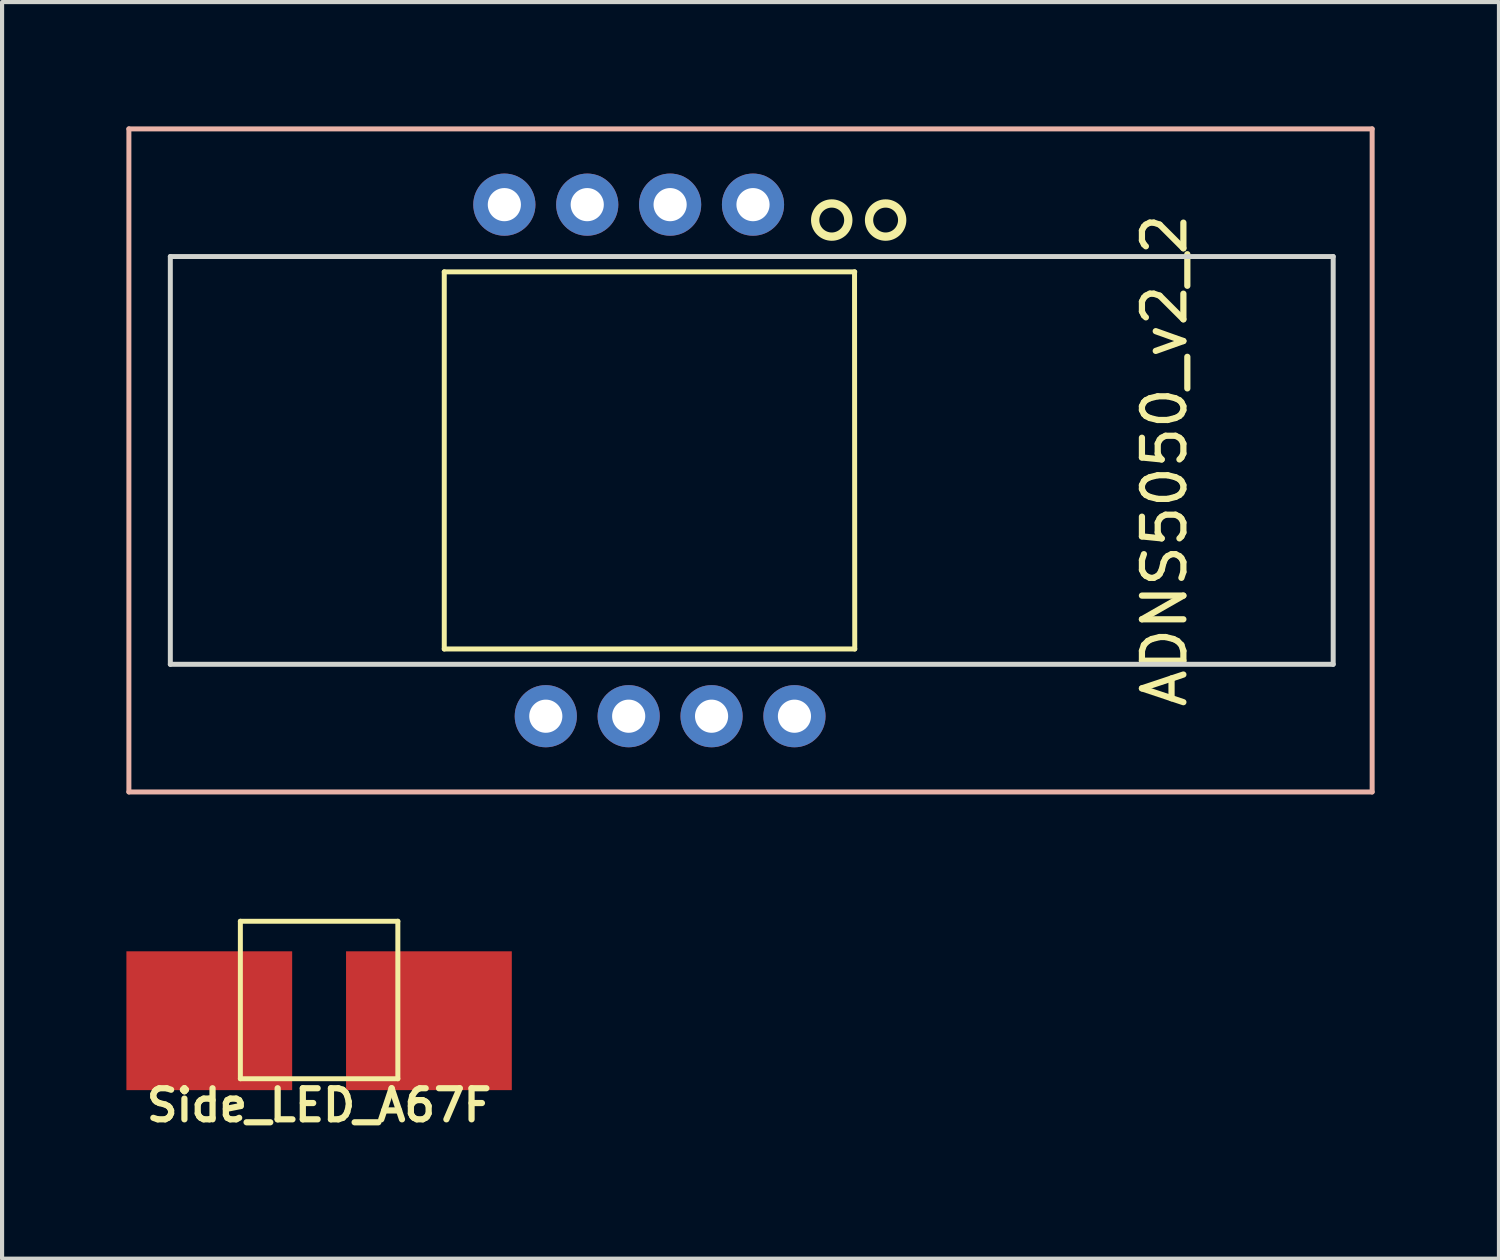
<source format=kicad_pcb>
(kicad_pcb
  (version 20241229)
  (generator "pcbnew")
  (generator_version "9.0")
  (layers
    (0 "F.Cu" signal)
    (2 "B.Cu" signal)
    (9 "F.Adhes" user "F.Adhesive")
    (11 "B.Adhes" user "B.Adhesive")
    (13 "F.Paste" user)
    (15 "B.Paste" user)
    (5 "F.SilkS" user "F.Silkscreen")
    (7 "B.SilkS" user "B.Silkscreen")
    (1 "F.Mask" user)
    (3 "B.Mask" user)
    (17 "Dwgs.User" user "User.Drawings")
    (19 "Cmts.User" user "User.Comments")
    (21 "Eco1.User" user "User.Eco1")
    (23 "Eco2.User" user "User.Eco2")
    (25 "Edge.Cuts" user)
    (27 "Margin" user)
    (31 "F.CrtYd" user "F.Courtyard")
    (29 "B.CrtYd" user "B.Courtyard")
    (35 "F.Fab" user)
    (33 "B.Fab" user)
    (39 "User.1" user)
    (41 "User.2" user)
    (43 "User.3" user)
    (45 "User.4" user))
  (footprint "ADNS5050_v2_2"
    (layer "F.Cu")
    (at 13.12 8.06)
    (property "Reference" "ADNS5050_v2_2" (at 11.93 0 270) (layer "F.SilkS") (effects (font (size 1 1) (thickness 0.15))))
    (attr through_hole)
    (fp_line (start -5.45 -4.55) (end -5.45 4.55) (stroke (width 0.12) (type solid)) (layer "F.SilkS"))
    (fp_line (start 4.45 -4.55) (end 4.455 4.55) (stroke (width 0.12) (type solid)) (layer "F.SilkS"))
    (fp_line (start 4.455 -4.55) (end -5.45 -4.55) (stroke (width 0.12) (type solid)) (layer "F.SilkS"))
    (fp_line (start 4.455 4.55) (end -5.45 4.55) (stroke (width 0.12) (type solid)) (layer "F.SilkS"))
    (fp_circle (center 3.9 -5.8) (end 3.5 -5.8) (stroke (width 0.2) (type solid)) (fill no) (layer "F.SilkS"))
    (fp_circle (center 5.2 -5.8) (end 4.8 -5.8) (stroke (width 0.2) (type solid)) (fill no) (layer "F.SilkS"))
    (fp_line (start -13.06 -8) (end -13.06 8) (stroke (width 0.12) (type solid)) (layer "B.SilkS"))
    (fp_line (start 16.94 -8) (end -13.06 -8) (stroke (width 0.12) (type solid)) (layer "B.SilkS"))
    (fp_line (start 16.94 -8) (end 16.94 8) (stroke (width 0.12) (type solid)) (layer "B.SilkS"))
    (fp_line (start 16.94 8) (end -13.06 8) (stroke (width 0.12) (type solid)) (layer "B.SilkS"))
    (fp_line (start -12.06 -4.92) (end -12.06 4.92) (stroke (width 0.12) (type solid)) (layer "Edge.Cuts"))
    (fp_line (start 16 -4.92) (end -12.06 -4.92) (stroke (width 0.12) (type solid)) (layer "Edge.Cuts"))
    (fp_line (start 16 -4.92) (end 16 4.92) (stroke (width 0.12) (type solid)) (layer "Edge.Cuts"))
    (fp_line (start 16 4.92) (end -12.06 4.92) (stroke (width 0.12) (type solid)) (layer "Edge.Cuts"))
    (pad "1" thru_hole circle (at 2 -6.172 180) (size 1.5 1.5) (drill 0.8) (layers "*.Cu" "*.Mask"))
    (pad "2" thru_hole circle (at 0 -6.172 180) (size 1.5 1.5) (drill 0.8) (layers "*.Cu" "*.Mask"))
    (pad "3" thru_hole circle (at -2 -6.172 180) (size 1.5 1.5) (drill 0.8) (layers "*.Cu" "*.Mask"))
    (pad "4" thru_hole circle (at -4 -6.172 180) (size 1.5 1.5) (drill 0.8) (layers "*.Cu" "*.Mask"))
    (pad "5" thru_hole circle (at -3 6.172 180) (size 1.5 1.5) (drill 0.8) (layers "*.Cu" "*.Mask"))
    (pad "6" thru_hole circle (at -1 6.172 180) (size 1.5 1.5) (drill 0.8) (layers "*.Cu" "*.Mask"))
    (pad "7" thru_hole circle (at 1 6.172 180) (size 1.5 1.5) (drill 0.8) (layers "*.Cu" "*.Mask"))
    (pad "8" thru_hole circle (at 3 6.172 180) (size 1.5 1.5) (drill 0.8) (layers "*.Cu" "*.Mask")))
  (footprint "Side_LED_A67F"
    (layer "F.Cu")
    (at 4.65 21.08)
    (property "Reference" "Side_LED_A67F" (at 0 2.54 0) (layer "F.SilkS") (effects (font (size 0.75 0.75) (thickness 0.15))))
    (attr through_hole)
    (fp_line (start -1.9 -1.9) (end -1.9 1.9) (stroke (width 0.12) (type solid)) (layer "F.SilkS"))
    (fp_line (start 1.9 -1.9) (end -1.9 -1.9) (stroke (width 0.12) (type solid)) (layer "F.SilkS"))
    (fp_line (start 1.9 -1.9) (end 1.9 1.9) (stroke (width 0.12) (type solid)) (layer "F.SilkS"))
    (fp_line (start 1.9 1.9) (end -1.9 1.9) (stroke (width 0.12) (type solid)) (layer "F.SilkS"))
    (pad "1" smd rect (at 2.65 0.5) (size 4 3.35) (layers "F.Cu" "F.Mask" "F.Paste"))
    (pad "2" smd rect (at -2.65 0.5) (size 4 3.35) (layers "F.Cu" "F.Mask" "F.Paste")))
  (gr_rect
    (start -3 -3)
    (end 33.12 27.322)
    (stroke (width 0.1) (type default))
    (fill no)
    (layer "Edge.Cuts")))
</source>
